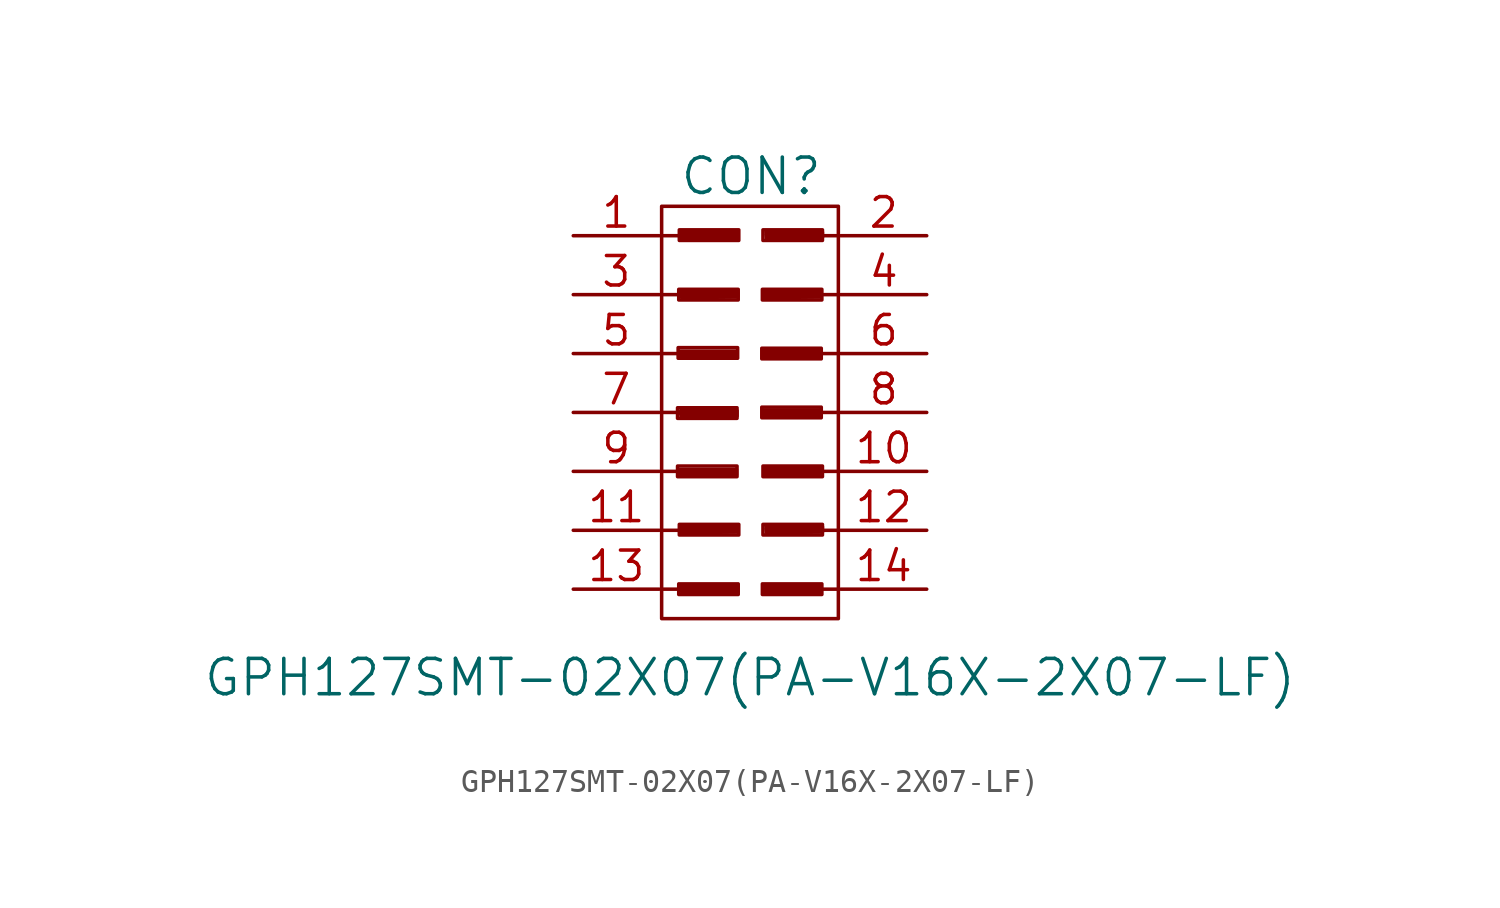
<source format=kicad_sym>
(kicad_symbol_lib
  (version 20211014)
  (generator kicad_symbol_editor)
  (symbol "GPH127SMT-02X07(PA-V16X-2X07-LF)"
    (pin_names
      (offset 1.016) hide)
    (property "Reference" "CON"
      (at 0.051 10.185 0)
      (effects (font (size 1.524 1.524))))
    (property "Value" "GPH127SMT-02X07(PA-V16X-2X07-LF)"
      (at 0 -11.43 0)
      (effects (font (size 1.524 1.524))))
    (property "Footprint" ""
      (at -0.203 1.346 0)
      (effects (font (size 1.524 1.524))))
    (property "Datasheet" ""
      (at -0.203 1.346 0)
      (effects (font (size 1.524 1.524))))
    (symbol "GPH127SMT-02X07(PA-V16X-2X07-LF)_0_0"
      (rectangle (start -3.124 -2.311) (end -0.559 -2.769) (stroke (width 0) (type default) (color 0 0 0 0)) (fill (type none)))
      (rectangle (start -3.124 0.203) (end -0.559 -0.254) (stroke (width 0) (type default) (color 0 0 0 0)) (fill (type none)))
      (rectangle (start -3.099 2.794) (end -0.533 2.337) (stroke (width 0) (type default) (color 0 0 0 0)) (fill (type none)))
      (rectangle (start -3.073 -7.391) (end -0.508 -7.849) (stroke (width 0) (type default) (color 0 0 0 0)) (fill (type none)))
      (rectangle (start -3.073 5.309) (end -0.508 4.851) (stroke (width 0) (type default) (color 0 0 0 0)) (fill (type none)))
      (rectangle (start -3.048 -4.826) (end -0.483 -5.283) (stroke (width 0) (type default) (color 0 0 0 0)) (fill (type none)))
      (rectangle (start -3.048 7.874) (end -0.483 7.417) (stroke (width 0) (type default) (color 0 0 0 0)) (fill (type none)))
      (polyline (pts (xy -3.023 -2.464) (xy -0.584 -2.464) (xy -0.584 -2.692) (xy -2.997 -2.718) (xy -3.023 -2.54) (xy -0.711 -2.54) (xy -0.711 -2.616) (xy -2.997 -2.565)) (stroke (width 0) (type default) (color 0 0 0 0)) (fill (type none)))
      (polyline (pts (xy -3.023 2.642) (xy -0.584 2.642) (xy -0.584 2.413) (xy -2.997 2.388) (xy -3.023 2.565) (xy -0.711 2.565) (xy -0.711 2.489) (xy -2.997 2.54)) (stroke (width 0) (type default) (color 0 0 0 0)) (fill (type none)))
      (polyline (pts (xy -2.997 0.076) (xy -0.559 0.076) (xy -0.559 -0.152) (xy -2.972 -0.178) (xy -2.997 0) (xy -0.686 0) (xy -0.686 -0.076) (xy -2.972 -0.025)) (stroke (width 0) (type default) (color 0 0 0 0)) (fill (type none)))
      (polyline (pts (xy -2.972 -7.493) (xy -0.533 -7.493) (xy -0.533 -7.722) (xy -2.946 -7.747) (xy -2.972 -7.569) (xy -0.66 -7.569) (xy -0.66 -7.645) (xy -2.946 -7.595)) (stroke (width 0) (type default) (color 0 0 0 0)) (fill (type none)))
      (polyline (pts (xy -2.972 5.207) (xy -0.533 5.207) (xy -0.533 4.978) (xy -2.946 4.953) (xy -2.972 5.131) (xy -0.66 5.131) (xy -0.66 5.055) (xy -2.946 5.105)) (stroke (width 0) (type default) (color 0 0 0 0)) (fill (type none)))
      (polyline (pts (xy -2.946 -4.928) (xy -0.508 -4.928) (xy -0.508 -5.156) (xy -2.921 -5.182) (xy -2.946 -5.004) (xy -0.635 -5.004) (xy -0.635 -5.08) (xy -2.921 -5.029)) (stroke (width 0) (type default) (color 0 0 0 0)) (fill (type none)))
      (polyline (pts (xy -2.946 7.772) (xy -0.508 7.772) (xy -0.508 7.544) (xy -2.921 7.518) (xy -2.946 7.696) (xy -0.635 7.696) (xy -0.635 7.62) (xy -2.921 7.671)) (stroke (width 0) (type default) (color 0 0 0 0)) (fill (type none)))
      (polyline (pts (xy 0.559 2.642) (xy 2.997 2.642) (xy 2.997 2.413) (xy 0.584 2.388) (xy 0.559 2.565) (xy 2.87 2.565) (xy 2.87 2.489) (xy 0.584 2.54)) (stroke (width 0) (type default) (color 0 0 0 0)) (fill (type none)))
      (polyline (pts (xy 0.584 -7.493) (xy 3.023 -7.493) (xy 3.023 -7.722) (xy 0.61 -7.747) (xy 0.584 -7.569) (xy 2.896 -7.569) (xy 2.896 -7.645) (xy 0.61 -7.595)) (stroke (width 0) (type default) (color 0 0 0 0)) (fill (type none)))
      (polyline (pts (xy 0.584 0.102) (xy 3.023 0.102) (xy 3.023 -0.127) (xy 0.61 -0.152) (xy 0.584 0.025) (xy 2.896 0.025) (xy 2.896 -0.051) (xy 0.61 0)) (stroke (width 0) (type default) (color 0 0 0 0)) (fill (type none)))
      (polyline (pts (xy 0.584 5.207) (xy 3.023 5.207) (xy 3.023 4.978) (xy 0.61 4.953) (xy 0.584 5.131) (xy 2.896 5.131) (xy 2.896 5.055) (xy 0.61 5.105)) (stroke (width 0) (type default) (color 0 0 0 0)) (fill (type none)))
      (polyline (pts (xy 0.635 -2.413) (xy 3.073 -2.413) (xy 3.073 -2.642) (xy 0.66 -2.667) (xy 0.635 -2.489) (xy 2.946 -2.489) (xy 2.946 -2.565) (xy 0.66 -2.515)) (stroke (width 0) (type default) (color 0 0 0 0)) (fill (type none)))
      (polyline (pts (xy 0.686 -4.928) (xy 3.124 -4.928) (xy 3.124 -5.156) (xy 0.711 -5.182) (xy 0.686 -5.004) (xy 2.997 -5.004) (xy 2.997 -5.08) (xy 0.711 -5.029)) (stroke (width 0) (type default) (color 0 0 0 0)) (fill (type none)))
      (polyline (pts (xy 0.686 7.772) (xy 3.124 7.772) (xy 3.124 7.544) (xy 0.711 7.518) (xy 0.686 7.696) (xy 2.997 7.696) (xy 2.997 7.62) (xy 0.711 7.671)) (stroke (width 0) (type default) (color 0 0 0 0)) (fill (type none)))
      (rectangle (start 0.508 0.229) (end 3.073 -0.229) (stroke (width 0) (type default) (color 0 0 0 0)) (fill (type none)))
      (rectangle (start 0.508 2.769) (end 3.073 2.311) (stroke (width 0) (type default) (color 0 0 0 0)) (fill (type none)))
      (rectangle (start 0.533 -7.391) (end 3.099 -7.849) (stroke (width 0) (type default) (color 0 0 0 0)) (fill (type none)))
      (rectangle (start 0.533 5.309) (end 3.099 4.851) (stroke (width 0) (type default) (color 0 0 0 0)) (fill (type none)))
      (rectangle (start 0.559 -4.826) (end 3.124 -5.283) (stroke (width 0) (type default) (color 0 0 0 0)) (fill (type none)))
      (rectangle (start 0.559 -2.311) (end 3.124 -2.769) (stroke (width 0) (type default) (color 0 0 0 0)) (fill (type none)))
      (rectangle (start 0.559 7.874) (end 3.124 7.417) (stroke (width 0) (type default) (color 0 0 0 0)) (fill (type none))))
    (symbol "GPH127SMT-02X07(PA-V16X-2X07-LF)_0_1"
      (rectangle (start -3.81 8.89) (end 3.81 -8.89) (stroke (width 0) (type default) (color 0 0 0 0)) (fill (type none)))
      (polyline (pts (xy -3.81 -7.62) (xy -3.048 -7.62)) (stroke (width 0) (type default) (color 0 0 0 0)) (fill (type none)))
      (polyline (pts (xy -3.81 -5.08) (xy -3.048 -5.08)) (stroke (width 0) (type default) (color 0 0 0 0)) (fill (type none)))
      (polyline (pts (xy -3.81 -2.54) (xy -3.048 -2.54)) (stroke (width 0) (type default) (color 0 0 0 0)) (fill (type none)))
      (polyline (pts (xy -3.81 0) (xy -3.048 0)) (stroke (width 0) (type default) (color 0 0 0 0)) (fill (type none)))
      (polyline (pts (xy -3.81 2.54) (xy -3.048 2.54)) (stroke (width 0) (type default) (color 0 0 0 0)) (fill (type none)))
      (polyline (pts (xy -3.81 5.08) (xy -3.048 5.08)) (stroke (width 0) (type default) (color 0 0 0 0)) (fill (type none)))
      (polyline (pts (xy -3.81 7.62) (xy -3.048 7.62)) (stroke (width 0) (type default) (color 0 0 0 0)) (fill (type none)))
      (polyline (pts (xy 3.81 -7.62) (xy 3.048 -7.62)) (stroke (width 0) (type default) (color 0 0 0 0)) (fill (type none)))
      (polyline (pts (xy 3.81 -5.08) (xy 3.048 -5.08)) (stroke (width 0) (type default) (color 0 0 0 0)) (fill (type none)))
      (polyline (pts (xy 3.81 -2.54) (xy 3.048 -2.54)) (stroke (width 0) (type default) (color 0 0 0 0)) (fill (type none)))
      (polyline (pts (xy 3.81 0) (xy 3.048 0)) (stroke (width 0) (type default) (color 0 0 0 0)) (fill (type none)))
      (polyline (pts (xy 3.81 2.54) (xy 3.048 2.54)) (stroke (width 0) (type default) (color 0 0 0 0)) (fill (type none)))
      (polyline (pts (xy 3.81 5.08) (xy 3.048 5.08)) (stroke (width 0) (type default) (color 0 0 0 0)) (fill (type none)))
      (polyline (pts (xy 3.81 7.62) (xy 3.048 7.62)) (stroke (width 0) (type default) (color 0 0 0 0)) (fill (type none))))
    (symbol "GPH127SMT-02X07(PA-V16X-2X07-LF)_1_1"
      (pin passive line (at -7.62 7.62 0) (length 3.708) (name "1" (effects (font (size 1.27 1.27)))) (number "1" (effects (font (size 1.27 1.27)))))
      (pin passive line (at 7.62 -2.54 180) (length 3.708) (name "10" (effects (font (size 1.27 1.27)))) (number "10" (effects (font (size 1.27 1.27)))))
      (pin passive line (at -7.62 -5.08 0) (length 3.708) (name "11" (effects (font (size 1.27 1.27)))) (number "11" (effects (font (size 1.27 1.27)))))
      (pin passive line (at 7.62 -5.08 180) (length 3.708) (name "12" (effects (font (size 1.27 1.27)))) (number "12" (effects (font (size 1.27 1.27)))))
      (pin passive line (at -7.62 -7.62 0) (length 3.708) (name "13" (effects (font (size 1.27 1.27)))) (number "13" (effects (font (size 1.27 1.27)))))
      (pin passive line (at 7.62 -7.62 180) (length 3.708) (name "14" (effects (font (size 1.27 1.27)))) (number "14" (effects (font (size 1.27 1.27)))))
      (pin passive line (at 7.62 7.62 180) (length 3.708) (name "2" (effects (font (size 1.27 1.27)))) (number "2" (effects (font (size 1.27 1.27)))))
      (pin passive line (at -7.62 5.08 0) (length 3.708) (name "3" (effects (font (size 1.27 1.27)))) (number "3" (effects (font (size 1.27 1.27)))))
      (pin passive line (at 7.62 5.08 180) (length 3.708) (name "4" (effects (font (size 1.27 1.27)))) (number "4" (effects (font (size 1.27 1.27)))))
      (pin passive line (at -7.62 2.54 0) (length 3.708) (name "5" (effects (font (size 1.27 1.27)))) (number "5" (effects (font (size 1.27 1.27)))))
      (pin passive line (at 7.62 2.54 180) (length 3.708) (name "6" (effects (font (size 1.27 1.27)))) (number "6" (effects (font (size 1.27 1.27)))))
      (pin passive line (at -7.62 0 0) (length 3.708) (name "7" (effects (font (size 1.27 1.27)))) (number "7" (effects (font (size 1.27 1.27)))))
      (pin passive line (at 7.62 0 180) (length 3.708) (name "8" (effects (font (size 1.27 1.27)))) (number "8" (effects (font (size 1.27 1.27)))))
      (pin passive line (at -7.62 -2.54 0) (length 3.708) (name "9" (effects (font (size 1.27 1.27)))) (number "9" (effects (font (size 1.27 1.27))))))))
</source>
